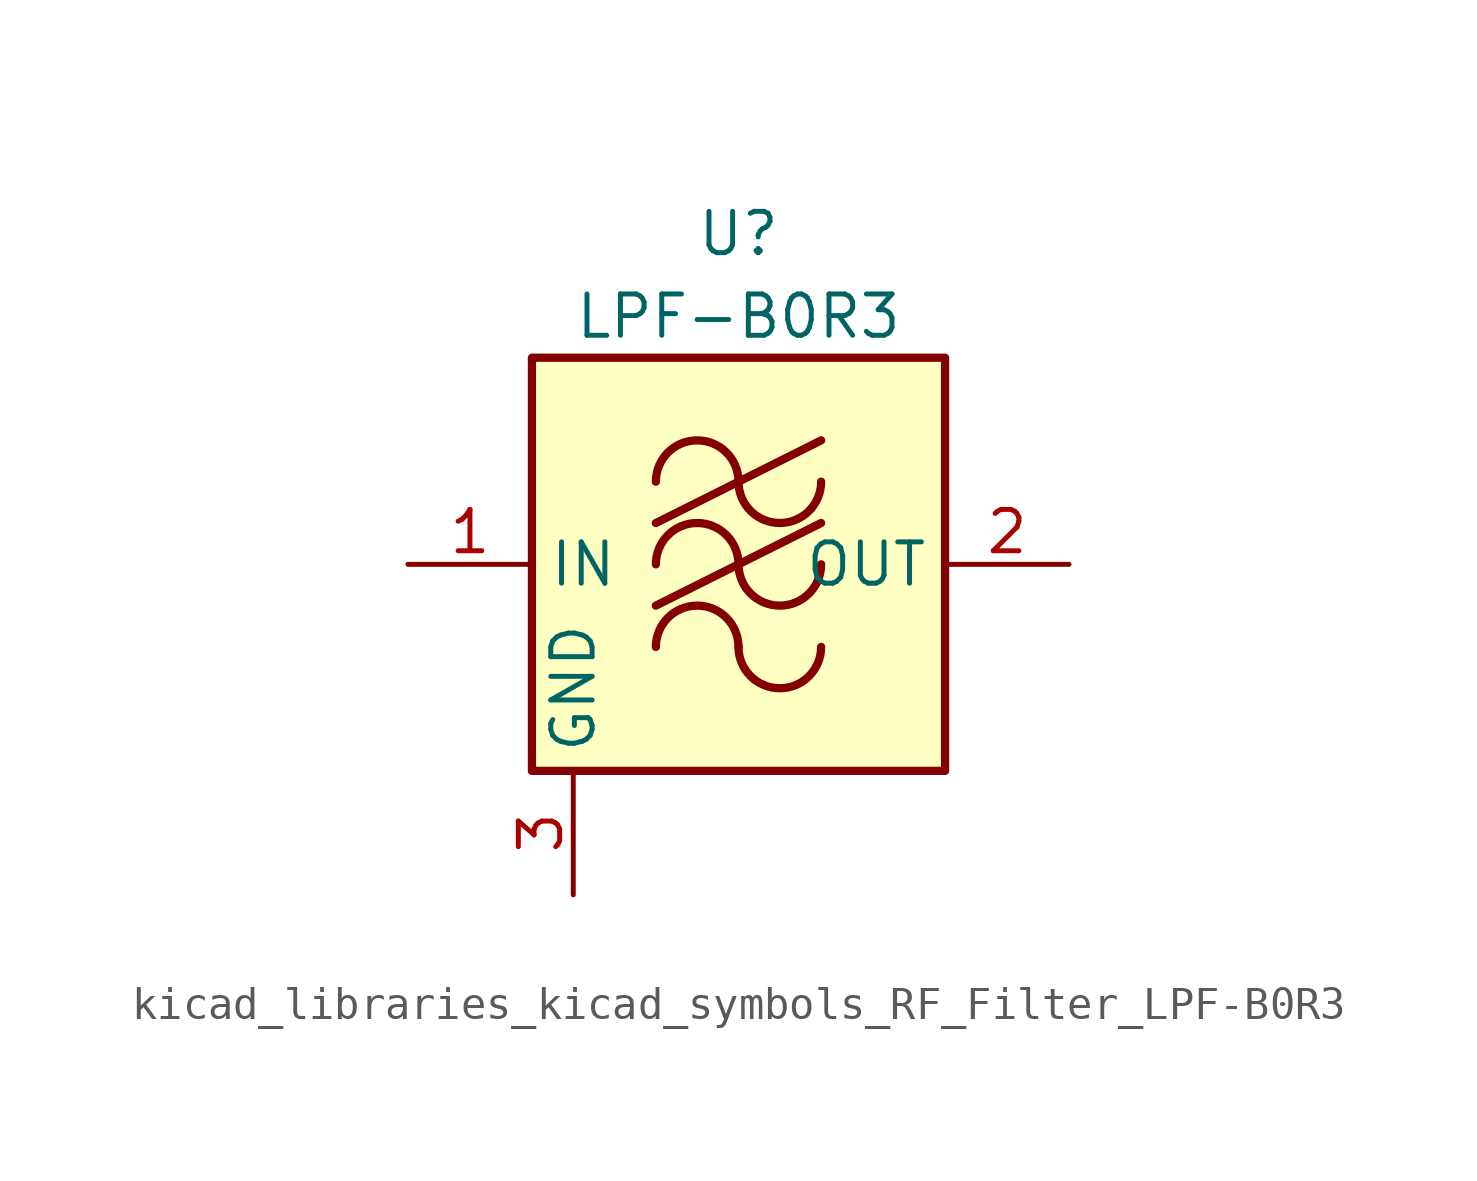
<source format=kicad_sym>
(kicad_symbol_lib
  (version 20220914)
  (generator kicad_symbol_editor)
  (symbol "kicad_libraries_kicad_symbols_RF_Filter_LPF-B0R3"
    (property "Reference" "U"
      (at 0 10.16 0)
      (effects (font (size 1.27 1.27))))
    (property "Value" "LPF-B0R3"
      (at 0 7.62 0)
      (effects (font (size 1.27 1.27))))
    (symbol "kicad_libraries_kicad_symbols_RF_Filter_LPF-B0R3_0_1"
      (rectangle (start -6.35 6.35) (end 6.35 -6.35) (stroke (width 0.254) (type default)) (fill (type background)))
      (arc (start 0 -2.54) (mid -1.27 -1.2755) (end -2.54 -2.54) (stroke (width 0.254) (type default)) (fill (type none)))
      (arc (start 0 -2.54) (mid 1.27 -3.8045) (end 2.54 -2.54) (stroke (width 0.254) (type default)) (fill (type none)))
      (arc (start 0 0) (mid -1.27 1.2645) (end -2.54 0) (stroke (width 0.254) (type default)) (fill (type none)))
      (polyline (pts (xy -2.54 -1.27) (xy 2.54 1.27)) (stroke (width 0.254) (type default)) (fill (type none)))
      (polyline (pts (xy -2.54 1.27) (xy 2.54 3.81)) (stroke (width 0.254) (type default)) (fill (type none)))
      (arc (start 0 0) (mid 1.27 -1.2645) (end 2.54 0) (stroke (width 0.254) (type default)) (fill (type none)))
      (arc (start 0 2.54) (mid -1.27 3.8045) (end -2.54 2.54) (stroke (width 0.254) (type default)) (fill (type none)))
      (arc (start 0 2.54) (mid 1.27 1.2755) (end 2.54 2.54) (stroke (width 0.254) (type default)) (fill (type none))))
    (symbol "kicad_libraries_kicad_symbols_RF_Filter_LPF-B0R3_1_1"
      (pin input line (at -10.16 0 0) (length 3.81) (name "IN" (effects (font (size 1.27 1.27)))) (number "1" (effects (font (size 1.27 1.27)))))
      (pin output line (at 10.16 0 180) (length 3.81) (name "OUT" (effects (font (size 1.27 1.27)))) (number "2" (effects (font (size 1.27 1.27)))))
      (pin power_in line (at -5.08 -10.16 90) (length 3.81) (name "GND" (effects (font (size 1.27 1.27)))) (number "3" (effects (font (size 1.27 1.27)))))
      (pin passive line (at -5.08 -10.16 90) (length 3.81) hide (name "GND" (effects (font (size 1.27 1.27)))) (number "4" (effects (font (size 1.27 1.27)))))
      (pin passive line (at -5.08 -10.16 90) (length 3.81) hide (name "GND" (effects (font (size 1.27 1.27)))) (number "5" (effects (font (size 1.27 1.27)))))
      (pin passive line (at -5.08 -10.16 90) (length 3.81) hide (name "GND" (effects (font (size 1.27 1.27)))) (number "6" (effects (font (size 1.27 1.27))))))))
</source>
